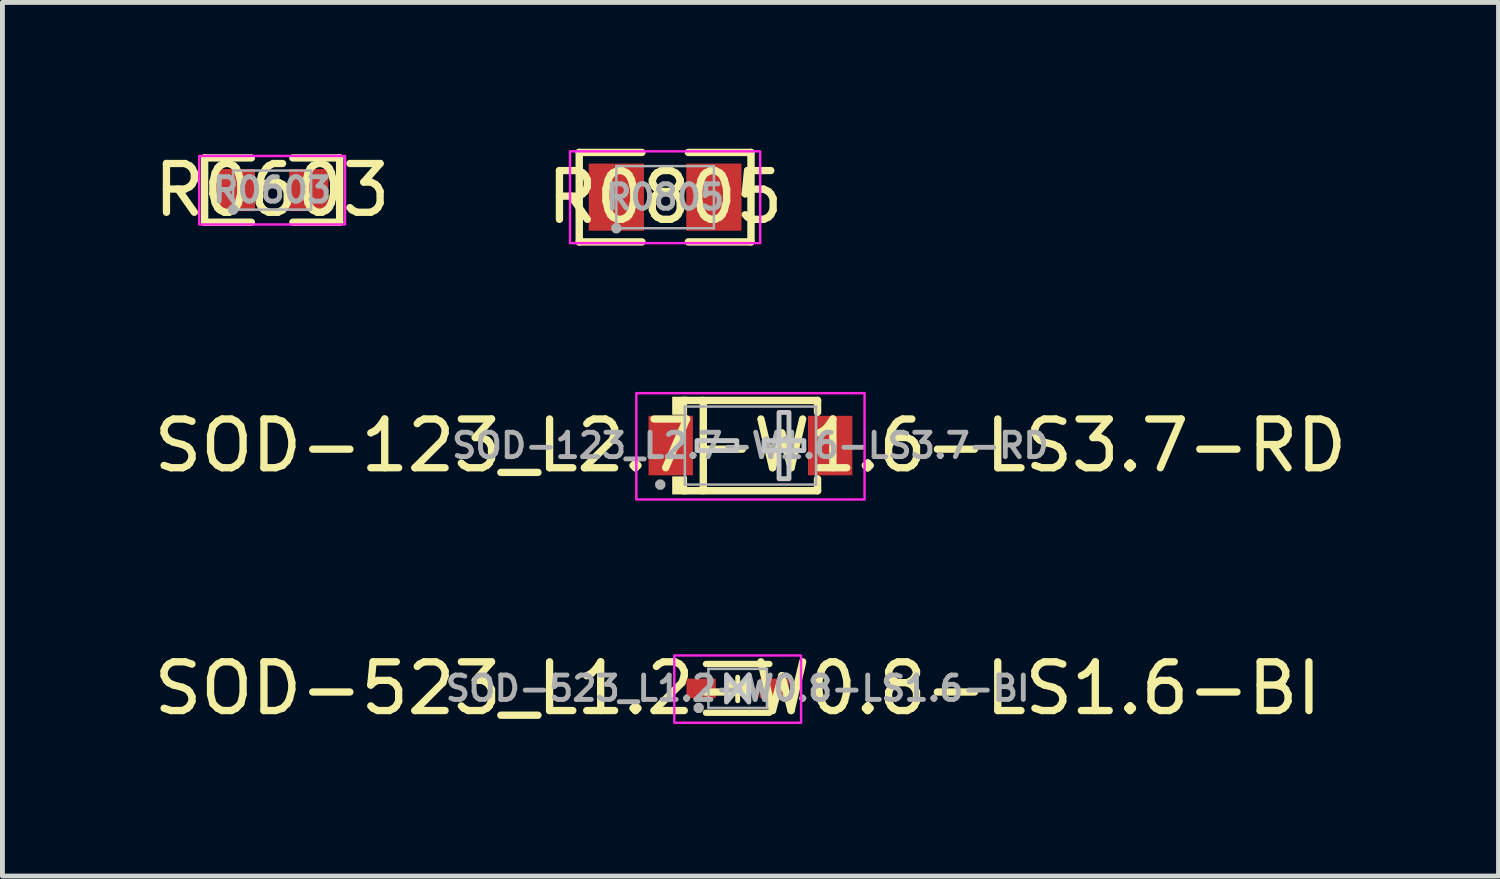
<source format=kicad_pcb>
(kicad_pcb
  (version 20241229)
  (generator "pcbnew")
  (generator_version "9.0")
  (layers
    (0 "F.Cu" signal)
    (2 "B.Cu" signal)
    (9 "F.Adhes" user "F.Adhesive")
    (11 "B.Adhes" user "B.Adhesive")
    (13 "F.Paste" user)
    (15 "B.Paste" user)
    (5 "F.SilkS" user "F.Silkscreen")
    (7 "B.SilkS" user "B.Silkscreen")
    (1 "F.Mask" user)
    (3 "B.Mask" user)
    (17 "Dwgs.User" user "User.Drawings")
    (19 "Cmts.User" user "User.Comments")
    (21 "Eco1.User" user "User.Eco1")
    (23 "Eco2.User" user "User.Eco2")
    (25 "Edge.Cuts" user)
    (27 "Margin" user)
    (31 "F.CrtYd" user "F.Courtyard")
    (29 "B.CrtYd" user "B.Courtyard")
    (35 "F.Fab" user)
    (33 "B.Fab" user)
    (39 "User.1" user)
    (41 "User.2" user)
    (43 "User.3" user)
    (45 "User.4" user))
  (footprint "R0603"
    (layer "F.Cu")
    (at 2.53 0.848)
    (property "Reference" "R0603" (at 0 0 0) (layer "F.SilkS") (effects (font (size 1 1) (thickness 0.15))))
    (fp_line (start -1.385 -0.66) (end -0.426 -0.66) (stroke (width 0.152) (type default)) (layer "F.SilkS"))
    (fp_line (start -1.385 0.66) (end -1.385 -0.66) (stroke (width 0.152) (type default)) (layer "F.SilkS"))
    (fp_line (start -0.426 0.66) (end -1.385 0.66) (stroke (width 0.152) (type default)) (layer "F.SilkS"))
    (fp_line (start 0.426 0.66) (end 1.385 0.66) (stroke (width 0.152) (type default)) (layer "F.SilkS"))
    (fp_line (start 1.385 -0.66) (end 0.426 -0.66) (stroke (width 0.152) (type default)) (layer "F.SilkS"))
    (fp_line (start 1.385 0.66) (end 1.385 -0.66) (stroke (width 0.152) (type default)) (layer "F.SilkS"))
    (fp_poly (pts (xy -1.195 0.45) (xy -0.395 0.45) (xy -0.345 0.4) (xy -0.345 0.172) (xy -0.715 0.172) (xy -0.715 -0.158) (xy -0.345 -0.158) (xy -0.345 -0.4) (xy -0.395 -0.45) (xy -1.195 -0.45) (xy -1.245 -0.4) (xy -1.245 0.4)) (stroke (width 0) (type default)) (fill yes) (layer "F.Paste"))
    (fp_poly (pts (xy 1.195 -0.45) (xy 0.395 -0.45) (xy 0.345 -0.4) (xy 0.345 -0.172) (xy 0.715 -0.172) (xy 0.715 0.158) (xy 0.345 0.158) (xy 0.345 0.4) (xy 0.395 0.45) (xy 1.195 0.45) (xy 1.245 0.4) (xy 1.245 -0.4)) (stroke (width 0) (type default)) (fill yes) (layer "F.Paste"))
    (fp_rect (start -1.495 -0.7) (end 1.495 0.705) (stroke (width 0.05) (type default)) (fill no) (layer "F.CrtYd"))
    (fp_line (start -0.8 -0.4) (end 0.8 -0.4) (stroke (width 0.051) (type default)) (layer "F.Fab"))
    (fp_line (start -0.8 0.4) (end -0.8 -0.4) (stroke (width 0.051) (type default)) (layer "F.Fab"))
    (fp_line (start 0.8 -0.4) (end 0.8 0.4) (stroke (width 0.051) (type default)) (layer "F.Fab"))
    (fp_line (start 0.8 0.4) (end -0.8 0.4) (stroke (width 0.051) (type default)) (layer "F.Fab"))
    (fp_poly (pts (xy -0.745 0.377) (xy -0.777 0.345) (xy -0.823 0.345) (xy -0.855 0.377) (xy -0.855 0.423) (xy -0.823 0.455) (xy -0.777 0.455) (xy -0.745 0.423)) (stroke (width 0.1) (type default)) (fill no) (layer "F.Fab"))
    (fp_poly (pts (xy -0.8 0.4) (xy -0.8 -0.4) (xy -0.5 -0.4) (xy -0.5 0.4)) (stroke (width 0.1) (type default)) (fill no) (layer "User.1"))
    (fp_poly (pts (xy 0.8 0.4) (xy 0.8 -0.4) (xy 0.5 -0.4) (xy 0.5 0.4)) (stroke (width 0.1) (type default)) (fill no) (layer "User.1"))
    (fp_text user "${REFERENCE}" (at 0 0 0) (layer "F.Fab") (effects (font (size 0.5 0.5) (thickness 0.1))))
    (pad "1" smd rect (at -0.753 0) (size 0.806 0.864) (layers "F.Cu" "F.Mask" "F.Paste"))
    (pad "2" smd rect (at 0.753 0) (size 0.806 0.864) (layers "F.Cu" "F.Mask" "F.Paste")))
  (footprint "SOD-123_L2.7-W1.6-LS3.7-RD"
    (layer "F.Cu")
    (at 12.339 6.087)
    (property "Reference" "SOD-123_L2.7-W1.6-LS3.7-RD" (at 0 0 0) (layer "F.SilkS") (effects (font (size 1 1) (thickness 0.15))))
    (fp_line (start -1.376 -0.926) (end 1.376 -0.926) (stroke (width 0.152) (type default)) (layer "F.SilkS"))
    (fp_line (start -1.376 0.926) (end 1.376 0.926) (stroke (width 0.152) (type default)) (layer "F.SilkS"))
    (fp_line (start -0.967 -0.926) (end -0.967 0.926) (stroke (width 0.152) (type default)) (layer "F.SilkS"))
    (fp_line (start 1.376 -0.926) (end 1.376 -0.683) (stroke (width 0.152) (type default)) (layer "F.SilkS"))
    (fp_line (start 1.376 0.926) (end 1.376 0.683) (stroke (width 0.152) (type default)) (layer "F.SilkS"))
    (fp_poly (pts (xy -1.3 -1.002) (xy -1.3 -0.632) (xy -1.605 -0.632) (xy -1.605 -1.002)) (stroke (width 0) (type default)) (fill yes) (layer "F.SilkS"))
    (fp_poly (pts (xy -1.3 1.002) (xy -1.3 0.632) (xy -1.605 0.632) (xy -1.605 1.002)) (stroke (width 0) (type default)) (fill yes) (layer "F.SilkS"))
    (fp_poly (pts (xy -1.096 -0.102) (xy -1.096 0.102) (xy -0.28 0.102) (xy -0.28 -0.102)) (stroke (width 0.1) (type default)) (fill no) (layer "Dwgs.User"))
    (fp_poly (pts (xy 0.79 -0.68) (xy 0.79 0.68) (xy 0.586 0.68) (xy 0.586 -0.68)) (stroke (width 0.1) (type default)) (fill no) (layer "Dwgs.User"))
    (fp_poly (pts (xy 1.096 -0.102) (xy 1.096 0.102) (xy 0.28 0.102) (xy 0.28 -0.102)) (stroke (width 0.1) (type default)) (fill no) (layer "Dwgs.User"))
    (fp_rect (start -2.34 -1.075) (end 2.34 1.105) (stroke (width 0.05) (type default)) (fill no) (layer "F.CrtYd"))
    (fp_line (start -1.345 -0.8) (end 1.345 -0.8) (stroke (width 0.051) (type default)) (layer "F.Fab"))
    (fp_line (start -1.345 0.8) (end -1.345 -0.8) (stroke (width 0.051) (type default)) (layer "F.Fab"))
    (fp_line (start 1.345 -0.8) (end 1.345 0.8) (stroke (width 0.051) (type default)) (layer "F.Fab"))
    (fp_line (start 1.345 0.8) (end -1.345 0.8) (stroke (width 0.051) (type default)) (layer "F.Fab"))
    (fp_poly (pts (xy -1.795 0.777) (xy -1.827 0.745) (xy -1.873 0.745) (xy -1.905 0.777) (xy -1.905 0.823) (xy -1.873 0.855) (xy -1.827 0.855) (xy -1.795 0.823)) (stroke (width 0.1) (type default)) (fill no) (layer "F.Fab"))
    (fp_poly (pts (xy -1.845 -0.3) (xy -1.595 -0.3) (xy -1.595 0.3) (xy -1.845 0.3)) (stroke (width 0.1) (type default)) (fill no) (layer "User.1"))
    (fp_poly (pts (xy -1.81 0.3) (xy -1.33 0.3) (xy -1.33 -0.3) (xy -1.81 -0.3)) (stroke (width 0.1) (type default)) (fill no) (layer "User.1"))
    (fp_poly (pts (xy 1.595 -0.3) (xy 1.845 -0.3) (xy 1.845 0.3) (xy 1.595 0.3)) (stroke (width 0.1) (type default)) (fill no) (layer "User.1"))
    (fp_poly (pts (xy 1.81 -0.3) (xy 1.33 -0.3) (xy 1.33 0.3) (xy 1.81 0.3)) (stroke (width 0.1) (type default)) (fill no) (layer "User.1"))
    (fp_text user "${REFERENCE}" (at 0 0 0) (layer "F.Fab") (effects (font (size 0.5 0.5) (thickness 0.1))))
    (pad "1" smd rect (at -1.635 0) (size 0.91 1.22) (layers "F.Cu" "F.Mask" "F.Paste"))
    (pad "2" smd rect (at 1.635 0) (size 0.91 1.22) (layers "F.Cu" "F.Mask" "F.Paste")))
  (footprint "SOD-523_L1.2-W0.8-LS1.6-BI"
    (layer "F.Cu")
    (at 12.077 11.066)
    (property "Reference" "SOD-523_L1.2-W0.8-LS1.6-BI" (at 0 0 0) (layer "F.SilkS") (effects (font (size 1 1) (thickness 0.15))))
    (fp_line (start -0.65 -0.5) (end 0.65 -0.5) (stroke (width 0.13) (type default)) (layer "F.SilkS"))
    (fp_line (start -0.65 0.5) (end 0.65 0.5) (stroke (width 0.13) (type default)) (layer "F.SilkS"))
    (fp_line (start 0 -0.229) (end 0 0.254) (stroke (width 0.1) (type default)) (layer "F.SilkS"))
    (fp_poly (pts (xy 0 0) (xy -0.229 0.28) (xy -0.229 -0.28)) (stroke (width 0) (type default)) (fill yes) (layer "F.SilkS"))
    (fp_poly (pts (xy 0 0) (xy 0.229 -0.28) (xy 0.229 0.28)) (stroke (width 0) (type default)) (fill yes) (layer "F.SilkS"))
    (fp_poly (pts (xy -0.229 -0.28) (xy -0.229 0.28) (xy 0 0)) (stroke (width 0.1) (type default)) (fill no) (layer "Dwgs.User"))
    (fp_poly (pts (xy 0.229 -0.28) (xy 0.229 0.28) (xy 0 0)) (stroke (width 0.1) (type default)) (fill no) (layer "Dwgs.User"))
    (fp_rect (start -1.3 -0.675) (end 1.3 0.705) (stroke (width 0.05) (type default)) (fill no) (layer "F.CrtYd"))
    (fp_line (start -0.6 -0.4) (end 0.6 -0.4) (stroke (width 0.051) (type default)) (layer "F.Fab"))
    (fp_line (start -0.6 0.4) (end -0.6 -0.4) (stroke (width 0.051) (type default)) (layer "F.Fab"))
    (fp_line (start 0.6 -0.4) (end 0.6 0.4) (stroke (width 0.051) (type default)) (layer "F.Fab"))
    (fp_line (start 0.6 0.4) (end -0.6 0.4) (stroke (width 0.051) (type default)) (layer "F.Fab"))
    (fp_poly (pts (xy -0.745 0.377) (xy -0.777 0.345) (xy -0.823 0.345) (xy -0.855 0.377) (xy -0.855 0.423) (xy -0.823 0.455) (xy -0.777 0.455) (xy -0.745 0.423)) (stroke (width 0.1) (type default)) (fill no) (layer "F.Fab"))
    (fp_poly (pts (xy -0.8 -0.15) (xy -0.463 -0.15) (xy -0.463 0.15) (xy -0.8 0.15)) (stroke (width 0.1) (type default)) (fill no) (layer "User.1"))
    (fp_poly (pts (xy 0.8 0.152) (xy 0.463 0.152) (xy 0.463 -0.147) (xy 0.8 -0.147)) (stroke (width 0.1) (type default)) (fill no) (layer "User.1"))
    (fp_text user "${REFERENCE}" (at 0 0 0) (layer "F.Fab") (effects (font (size 0.5 0.5) (thickness 0.1))))
    (pad "1" smd rect (at -0.75 0) (size 0.6 0.4) (layers "F.Cu" "F.Mask" "F.Paste"))
    (pad "2" smd rect (at 0.75 0 180) (size 0.6 0.4) (layers "F.Cu" "F.Mask" "F.Paste")))
  (footprint "R0805"
    (layer "F.Cu")
    (at 10.589 0.993)
    (property "Reference" "R0805" (at 0 0 0) (layer "F.SilkS") (effects (font (size 1 1) (thickness 0.15))))
    (fp_line (start -1.761 -0.917) (end -0.476 -0.917) (stroke (width 0.152) (type default)) (layer "F.SilkS"))
    (fp_line (start -1.761 0.917) (end -1.761 -0.917) (stroke (width 0.152) (type default)) (layer "F.SilkS"))
    (fp_line (start -0.476 0.917) (end -1.761 0.917) (stroke (width 0.152) (type default)) (layer "F.SilkS"))
    (fp_line (start 0.476 0.917) (end 1.761 0.917) (stroke (width 0.152) (type default)) (layer "F.SilkS"))
    (fp_line (start 1.761 -0.917) (end 0.476 -0.917) (stroke (width 0.152) (type default)) (layer "F.SilkS"))
    (fp_line (start 1.761 0.917) (end 1.761 -0.917) (stroke (width 0.152) (type default)) (layer "F.SilkS"))
    (fp_poly (pts (xy -1.7 0.64) (xy -1.7 -0.64) (xy -1.65 -0.69) (xy -0.5 -0.69) (xy -0.45 -0.64) (xy -0.445 -0.23) (xy -0.895 -0.23) (xy -0.895 0.22) (xy -0.455 0.22) (xy -0.45 0.64) (xy -0.5 0.69) (xy -1.65 0.69)) (stroke (width 0) (type default)) (fill yes) (layer "F.Paste"))
    (fp_poly (pts (xy 0.45 0.64) (xy 0.45 0.22) (xy 0.895 0.22) (xy 0.895 -0.23) (xy 0.455 -0.23) (xy 0.45 -0.64) (xy 0.5 -0.69) (xy 1.65 -0.69) (xy 1.7 -0.64) (xy 1.7 0.64) (xy 1.65 0.69) (xy 0.5 0.69)) (stroke (width 0) (type default)) (fill yes) (layer "F.Paste"))
    (fp_rect (start -1.95 -0.94) (end 1.95 0.943) (stroke (width 0.05) (type default)) (fill no) (layer "F.CrtYd"))
    (fp_line (start -1 -0.637) (end 1 -0.637) (stroke (width 0.051) (type default)) (layer "F.Fab"))
    (fp_line (start -1 0.637) (end -1 -0.637) (stroke (width 0.051) (type default)) (layer "F.Fab"))
    (fp_line (start 1 -0.637) (end 1 0.637) (stroke (width 0.051) (type default)) (layer "F.Fab"))
    (fp_line (start 1 0.637) (end -1 0.637) (stroke (width 0.051) (type default)) (layer "F.Fab"))
    (fp_poly (pts (xy -0.945 0.615) (xy -0.977 0.582) (xy -1.023 0.582) (xy -1.055 0.615) (xy -1.055 0.66) (xy -1.023 0.693) (xy -0.977 0.693) (xy -0.945 0.66)) (stroke (width 0.1) (type default)) (fill no) (layer "F.Fab"))
    (fp_poly (pts (xy -1 0.637) (xy -1 -0.637) (xy -0.6 -0.637) (xy -0.6 0.637)) (stroke (width 0.1) (type default)) (fill no) (layer "User.1"))
    (fp_poly (pts (xy 1 0.637) (xy 1 -0.637) (xy 0.6 -0.637) (xy 0.6 0.637)) (stroke (width 0.1) (type default)) (fill no) (layer "User.1"))
    (fp_text user "${REFERENCE}" (at 0 0 0) (layer "F.Fab") (effects (font (size 0.5 0.5) (thickness 0.1))))
    (pad "1" smd rect (at -1 0) (size 1.133 1.377) (layers "F.Cu" "F.Mask" "F.Paste"))
    (pad "2" smd rect (at 1 0) (size 1.133 1.377) (layers "F.Cu" "F.Mask" "F.Paste")))
  (gr_rect
    (start -3 -3)
    (end 27.679 14.914)
    (stroke (width 0.1) (type default))
    (fill no)
    (layer "Edge.Cuts")))
</source>
